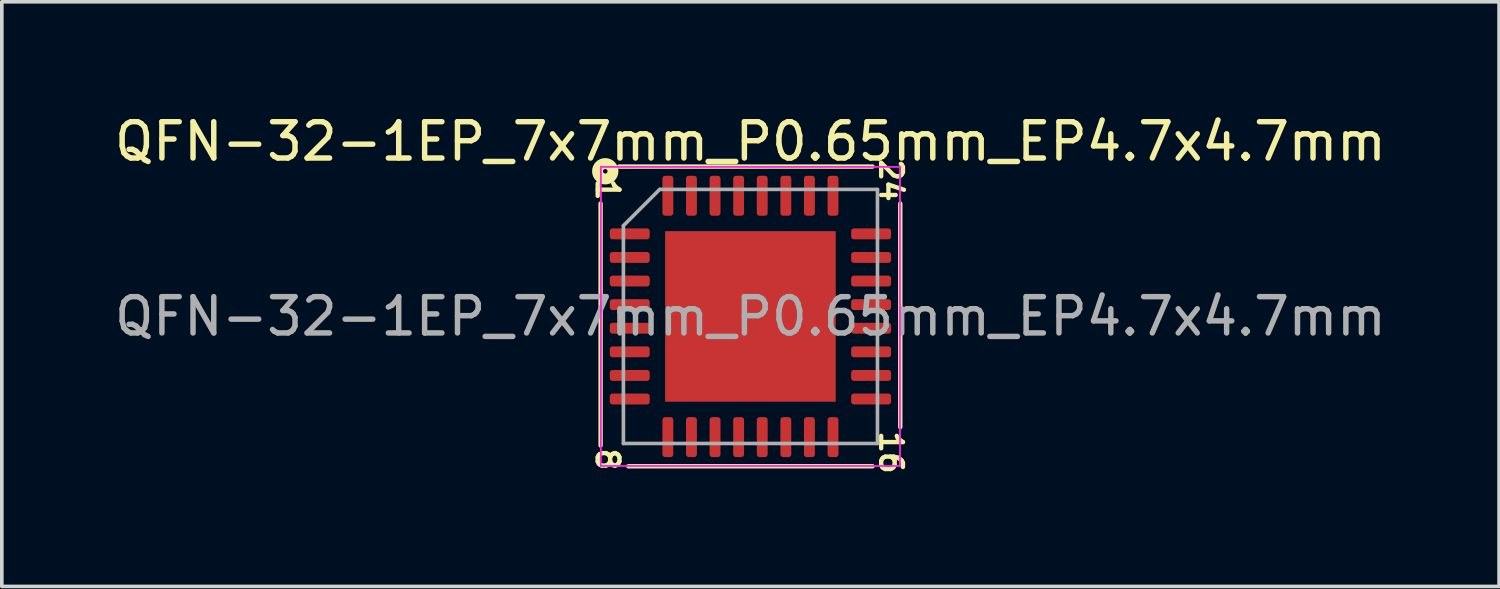
<source format=kicad_pcb>
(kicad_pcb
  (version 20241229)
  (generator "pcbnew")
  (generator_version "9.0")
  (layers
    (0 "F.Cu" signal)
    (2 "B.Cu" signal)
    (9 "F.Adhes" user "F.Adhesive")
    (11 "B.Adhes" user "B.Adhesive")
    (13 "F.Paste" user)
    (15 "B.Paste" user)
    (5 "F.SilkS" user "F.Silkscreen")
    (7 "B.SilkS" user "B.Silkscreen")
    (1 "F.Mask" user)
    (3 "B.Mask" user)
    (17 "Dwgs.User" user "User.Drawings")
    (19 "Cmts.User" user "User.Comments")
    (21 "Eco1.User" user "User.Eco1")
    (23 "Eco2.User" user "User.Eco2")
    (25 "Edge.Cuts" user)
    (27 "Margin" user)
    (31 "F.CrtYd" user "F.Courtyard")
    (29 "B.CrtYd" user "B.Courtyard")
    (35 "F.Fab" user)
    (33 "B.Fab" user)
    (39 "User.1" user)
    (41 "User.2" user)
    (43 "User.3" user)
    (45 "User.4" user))
  (footprint "QFN-32-1EP_7x7mm_P0.65mm_EP4.7x4.7mm"
    (layer "F.Cu")
    (at 17.625 5.668)
    (property "Reference" "QFN-32-1EP_7x7mm_P0.65mm_EP4.7x4.7mm" (at 0 -4.82 0) (layer "F.SilkS") (effects (font (size 1 1) (thickness 0.15))))
    (attr smd)
    (fp_line (start -4.128 -3.111) (end -4.128 3.556) (stroke (width 0.12) (type solid)) (layer "F.SilkS"))
    (fp_line (start -3.365 4.128) (end 3.365 4.128) (stroke (width 0.12) (type solid)) (layer "F.SilkS"))
    (fp_line (start 3.365 -4.128) (end -3.619 -4.128) (stroke (width 0.12) (type solid)) (layer "F.SilkS"))
    (fp_line (start 4.128 3.048) (end 4.128 -3.111) (stroke (width 0.12) (type solid)) (layer "F.SilkS"))
    (fp_circle (center -4 -4) (end -3.937 -4) (stroke (width 0.3) (type solid)) (fill no) (layer "F.SilkS"))
    (fp_line (start -4.12 -4.12) (end -4.12 4.12) (stroke (width 0.05) (type solid)) (layer "F.CrtYd"))
    (fp_line (start -4.12 4.12) (end 4.12 4.12) (stroke (width 0.05) (type solid)) (layer "F.CrtYd"))
    (fp_line (start 4.12 -4.12) (end -4.12 -4.12) (stroke (width 0.05) (type solid)) (layer "F.CrtYd"))
    (fp_line (start 4.12 4.12) (end 4.12 -4.12) (stroke (width 0.05) (type solid)) (layer "F.CrtYd"))
    (fp_line (start -3.5 -2.5) (end -2.5 -3.5) (stroke (width 0.1) (type solid)) (layer "F.Fab"))
    (fp_line (start -3.5 3.5) (end -3.5 -2.5) (stroke (width 0.1) (type solid)) (layer "F.Fab"))
    (fp_line (start -2.5 -3.5) (end 3.5 -3.5) (stroke (width 0.1) (type solid)) (layer "F.Fab"))
    (fp_line (start 3.5 -3.5) (end 3.5 3.5) (stroke (width 0.1) (type solid)) (layer "F.Fab"))
    (fp_line (start 3.5 3.5) (end -3.5 3.5) (stroke (width 0.1) (type solid)) (layer "F.Fab"))
    (fp_text user "16" (at 3.873 3.747 270) (unlocked yes) (layer "F.SilkS") (effects (font (size 0.6 0.6) (thickness 0.12))))
    (fp_text user "8" (at -3.937 3.937 270) (unlocked yes) (layer "F.SilkS") (effects (font (size 0.6 0.6) (thickness 0.12))))
    (fp_text user "24" (at 3.873 -3.747 270) (unlocked yes) (layer "F.SilkS") (effects (font (size 0.6 0.6) (thickness 0.12))))
    (fp_text user "1" (at -3.937 -3.493 270) (unlocked yes) (layer "F.SilkS") (effects (font (size 0.6 0.6) (thickness 0.12))))
    (fp_text user "${REFERENCE}" (at 0 0 0) (layer "F.Fab") (effects (font (size 1 1) (thickness 0.15))))
    (pad "" smd roundrect (at -1.77 -1.77) (size 0.95 0.95) (layers "F.Paste") (roundrect_rratio 0.25))
    (pad "" smd roundrect (at -1.77 -0.59) (size 0.95 0.95) (layers "F.Paste") (roundrect_rratio 0.25))
    (pad "" smd roundrect (at -1.77 0.59) (size 0.95 0.95) (layers "F.Paste") (roundrect_rratio 0.25))
    (pad "" smd roundrect (at -1.77 1.77) (size 0.95 0.95) (layers "F.Paste") (roundrect_rratio 0.25))
    (pad "" smd roundrect (at -0.59 -1.77) (size 0.95 0.95) (layers "F.Paste") (roundrect_rratio 0.25))
    (pad "" smd roundrect (at -0.59 -0.59) (size 0.95 0.95) (layers "F.Paste") (roundrect_rratio 0.25))
    (pad "" smd roundrect (at -0.59 0.59) (size 0.95 0.95) (layers "F.Paste") (roundrect_rratio 0.25))
    (pad "" smd roundrect (at -0.59 1.77) (size 0.95 0.95) (layers "F.Paste") (roundrect_rratio 0.25))
    (pad "" smd roundrect (at 0.59 -1.77) (size 0.95 0.95) (layers "F.Paste") (roundrect_rratio 0.25))
    (pad "" smd roundrect (at 0.59 -0.59) (size 0.95 0.95) (layers "F.Paste") (roundrect_rratio 0.25))
    (pad "" smd roundrect (at 0.59 0.59) (size 0.95 0.95) (layers "F.Paste") (roundrect_rratio 0.25))
    (pad "" smd roundrect (at 0.59 1.77) (size 0.95 0.95) (layers "F.Paste") (roundrect_rratio 0.25))
    (pad "" smd roundrect (at 1.77 -1.77) (size 0.95 0.95) (layers "F.Paste") (roundrect_rratio 0.25))
    (pad "" smd roundrect (at 1.77 -0.59) (size 0.95 0.95) (layers "F.Paste") (roundrect_rratio 0.25))
    (pad "" smd roundrect (at 1.77 0.59) (size 0.95 0.95) (layers "F.Paste") (roundrect_rratio 0.25))
    (pad "" smd roundrect (at 1.77 1.77) (size 0.95 0.95) (layers "F.Paste") (roundrect_rratio 0.25))
    (pad "1" smd roundrect (at -3.325 -2.275) (size 1.1 0.3) (layers "F.Cu" "F.Mask" "F.Paste") (roundrect_rratio 0.25))
    (pad "2" smd roundrect (at -3.325 -1.625) (size 1.1 0.3) (layers "F.Cu" "F.Mask" "F.Paste") (roundrect_rratio 0.25))
    (pad "3" smd roundrect (at -3.325 -0.975) (size 1.1 0.3) (layers "F.Cu" "F.Mask" "F.Paste") (roundrect_rratio 0.25))
    (pad "4" smd roundrect (at -3.325 -0.325) (size 1.1 0.3) (layers "F.Cu" "F.Mask" "F.Paste") (roundrect_rratio 0.25))
    (pad "5" smd roundrect (at -3.325 0.325) (size 1.1 0.3) (layers "F.Cu" "F.Mask" "F.Paste") (roundrect_rratio 0.25))
    (pad "6" smd roundrect (at -3.325 0.975) (size 1.1 0.3) (layers "F.Cu" "F.Mask" "F.Paste") (roundrect_rratio 0.25))
    (pad "7" smd roundrect (at -3.325 1.625) (size 1.1 0.3) (layers "F.Cu" "F.Mask" "F.Paste") (roundrect_rratio 0.25))
    (pad "8" smd roundrect (at -3.325 2.275) (size 1.1 0.3) (layers "F.Cu" "F.Mask" "F.Paste") (roundrect_rratio 0.25))
    (pad "9" smd roundrect (at -2.275 3.325) (size 0.3 1.1) (layers "F.Cu" "F.Mask" "F.Paste") (roundrect_rratio 0.25))
    (pad "10" smd roundrect (at -1.625 3.325) (size 0.3 1.1) (layers "F.Cu" "F.Mask" "F.Paste") (roundrect_rratio 0.25))
    (pad "11" smd roundrect (at -0.975 3.325) (size 0.3 1.1) (layers "F.Cu" "F.Mask" "F.Paste") (roundrect_rratio 0.25))
    (pad "12" smd roundrect (at -0.325 3.325) (size 0.3 1.1) (layers "F.Cu" "F.Mask" "F.Paste") (roundrect_rratio 0.25))
    (pad "13" smd roundrect (at 0.325 3.325) (size 0.3 1.1) (layers "F.Cu" "F.Mask" "F.Paste") (roundrect_rratio 0.25))
    (pad "14" smd roundrect (at 0.975 3.325) (size 0.3 1.1) (layers "F.Cu" "F.Mask" "F.Paste") (roundrect_rratio 0.25))
    (pad "15" smd roundrect (at 1.625 3.325) (size 0.3 1.1) (layers "F.Cu" "F.Mask" "F.Paste") (roundrect_rratio 0.25))
    (pad "16" smd roundrect (at 2.275 3.325) (size 0.3 1.1) (layers "F.Cu" "F.Mask" "F.Paste") (roundrect_rratio 0.25))
    (pad "17" smd roundrect (at 3.325 2.275) (size 1.1 0.3) (layers "F.Cu" "F.Mask" "F.Paste") (roundrect_rratio 0.25))
    (pad "18" smd roundrect (at 3.325 1.625) (size 1.1 0.3) (layers "F.Cu" "F.Mask" "F.Paste") (roundrect_rratio 0.25))
    (pad "19" smd roundrect (at 3.325 0.975) (size 1.1 0.3) (layers "F.Cu" "F.Mask" "F.Paste") (roundrect_rratio 0.25))
    (pad "20" smd roundrect (at 3.325 0.325) (size 1.1 0.3) (layers "F.Cu" "F.Mask" "F.Paste") (roundrect_rratio 0.25))
    (pad "21" smd roundrect (at 3.325 -0.325) (size 1.1 0.3) (layers "F.Cu" "F.Mask" "F.Paste") (roundrect_rratio 0.25))
    (pad "22" smd roundrect (at 3.325 -0.975) (size 1.1 0.3) (layers "F.Cu" "F.Mask" "F.Paste") (roundrect_rratio 0.25))
    (pad "23" smd roundrect (at 3.325 -1.625) (size 1.1 0.3) (layers "F.Cu" "F.Mask" "F.Paste") (roundrect_rratio 0.25))
    (pad "24" smd roundrect (at 3.325 -2.275) (size 1.1 0.3) (layers "F.Cu" "F.Mask" "F.Paste") (roundrect_rratio 0.25))
    (pad "25" smd roundrect (at 2.275 -3.325) (size 0.3 1.1) (layers "F.Cu" "F.Mask" "F.Paste") (roundrect_rratio 0.25))
    (pad "26" smd roundrect (at 1.625 -3.325) (size 0.3 1.1) (layers "F.Cu" "F.Mask" "F.Paste") (roundrect_rratio 0.25))
    (pad "27" smd roundrect (at 0.975 -3.325) (size 0.3 1.1) (layers "F.Cu" "F.Mask" "F.Paste") (roundrect_rratio 0.25))
    (pad "28" smd roundrect (at 0.325 -3.325) (size 0.3 1.1) (layers "F.Cu" "F.Mask" "F.Paste") (roundrect_rratio 0.25))
    (pad "29" smd roundrect (at -0.325 -3.325) (size 0.3 1.1) (layers "F.Cu" "F.Mask" "F.Paste") (roundrect_rratio 0.25))
    (pad "30" smd roundrect (at -0.975 -3.325) (size 0.3 1.1) (layers "F.Cu" "F.Mask" "F.Paste") (roundrect_rratio 0.25))
    (pad "31" smd roundrect (at -1.625 -3.325) (size 0.3 1.1) (layers "F.Cu" "F.Mask" "F.Paste") (roundrect_rratio 0.25))
    (pad "32" smd roundrect (at -2.275 -3.325) (size 0.3 1.1) (layers "F.Cu" "F.Mask" "F.Paste") (roundrect_rratio 0.25))
    (pad "33" smd rect (at 0 0) (size 4.7 4.7) (layers "F.Cu" "F.Mask")))
  (gr_rect
    (start -3 -3)
    (end 38.25 13.106)
    (stroke (width 0.1) (type default))
    (fill no)
    (layer "Edge.Cuts")))
</source>
